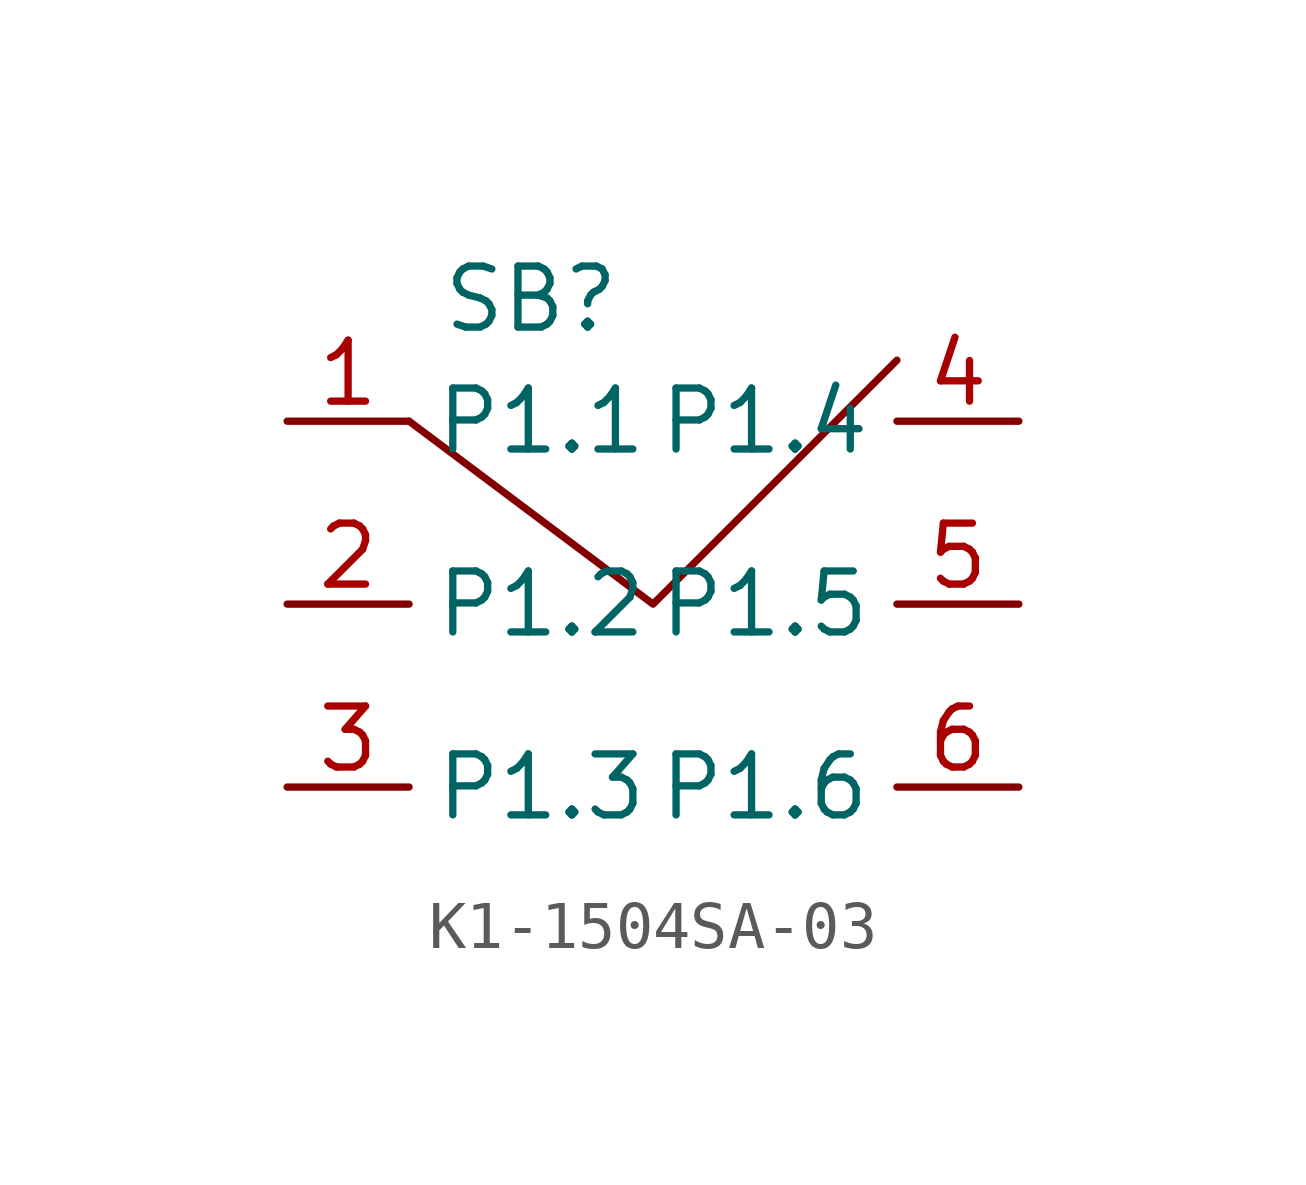
<source format=kicad_sym>
(kicad_symbol_lib
  (version 20220914)
  (generator kicad_symbol_editor)
  (symbol "K1-1504SA-03"
    (property "Reference" "SB"
      (at -2.54 6.35 0)
      (effects (font (size 1.27 1.27))))
    (property "Value" ""
      (at -2.54 6.35 0)
      (effects (font (size 1.27 1.27))))
    (symbol "K1-1504SA-03_0_1"
      (polyline (pts (xy -5.08 3.81) (xy 0 0) (xy 5.08 5.08)) (stroke (width 0) (type default)) (fill (type none))))
    (symbol "K1-1504SA-03_1_1"
      (pin input line (at -7.62 3.81 0) (length 2.54) (name "P1.1" (effects (font (size 1.27 1.27)))) (number "1" (effects (font (size 1.27 1.27)))))
      (pin input line (at -7.62 0 0) (length 2.54) (name "P1.2" (effects (font (size 1.27 1.27)))) (number "2" (effects (font (size 1.27 1.27)))))
      (pin input line (at -7.62 -3.81 0) (length 2.54) (name "P1.3" (effects (font (size 1.27 1.27)))) (number "3" (effects (font (size 1.27 1.27)))))
      (pin input line (at 7.62 3.81 180) (length 2.54) (name "P1.4" (effects (font (size 1.27 1.27)))) (number "4" (effects (font (size 1.27 1.27)))))
      (pin input line (at 7.62 0 180) (length 2.54) (name "P1.5" (effects (font (size 1.27 1.27)))) (number "5" (effects (font (size 1.27 1.27)))))
      (pin input line (at 7.62 -3.81 180) (length 2.54) (name "P1.6" (effects (font (size 1.27 1.27)))) (number "6" (effects (font (size 1.27 1.27))))))))
</source>
